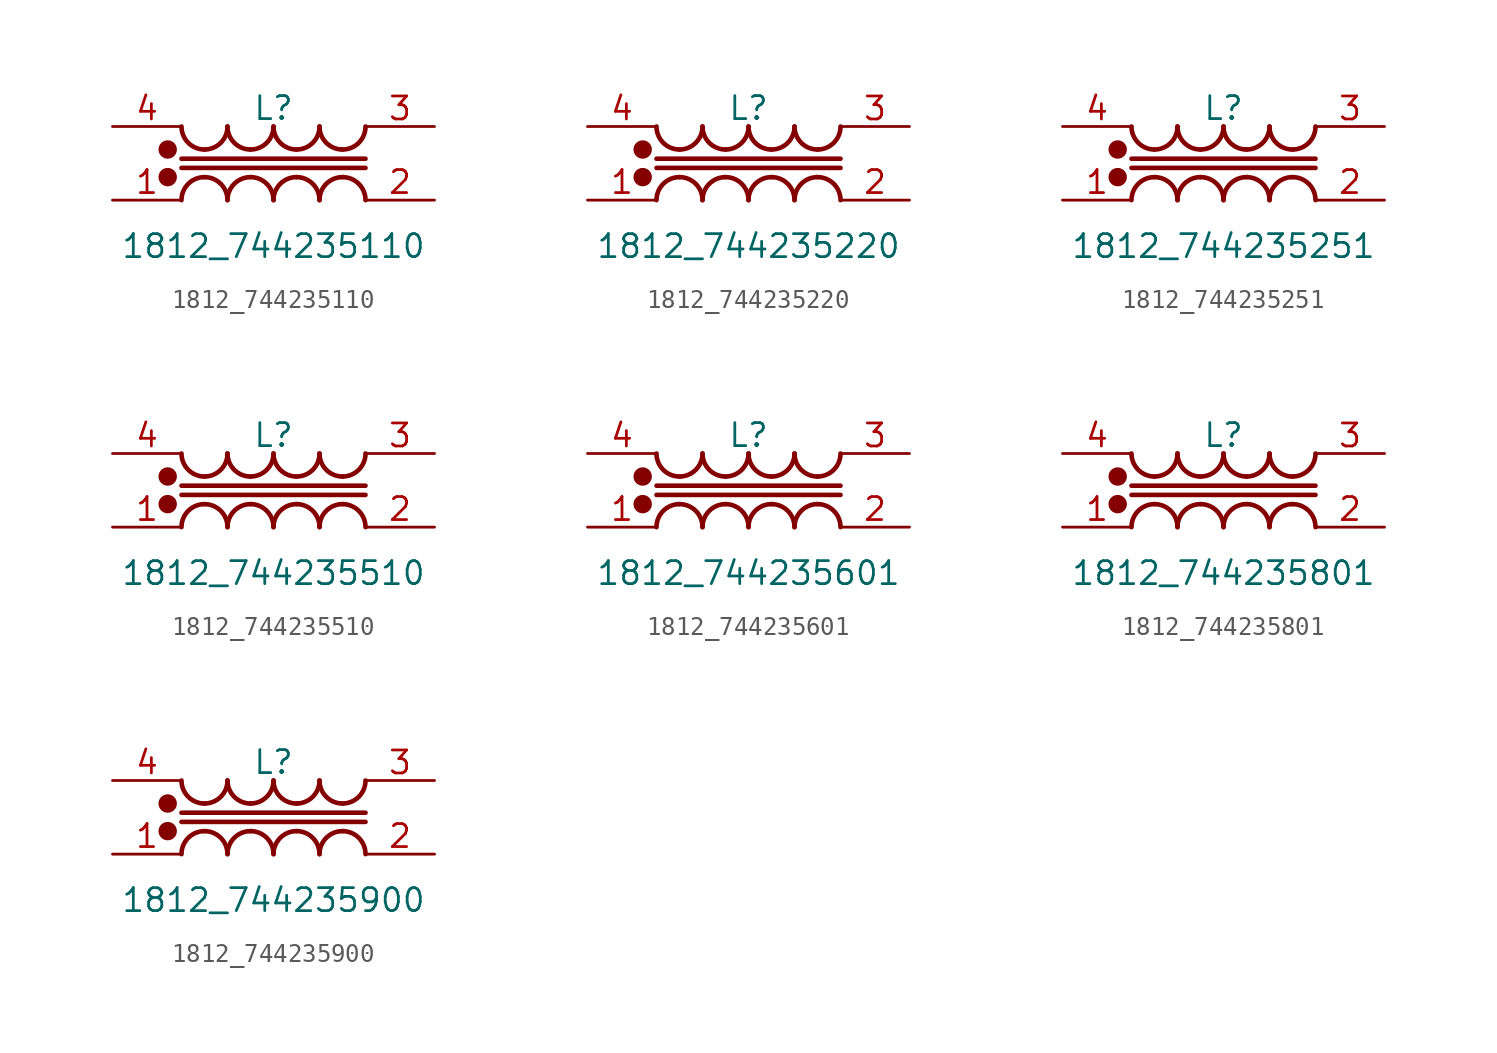
<source format=kicad_sym>
(kicad_symbol_lib
  (version 20211014)
  (generator kicad_symbol_editor)
  (symbol "Inductor_Wurth_WE-CNSW:1812_744235110"
    (pin_names hide)
    (property "Reference" "L"
      (at 0 5.08 0)
      (effects (font (size 1.27 1.27))))
    (property "Value" "1812_744235110"
      (at 0 -2.54 0)
      (effects (font (size 1.27 1.27))))
    (symbol "1812_744235110_0_1"
      (arc (start -5.08 4.064) (mid -4.708 3.166) (end -3.81 2.794) (stroke (width 0.254) (type default)) (fill (type none)))
      (arc (start -3.81 1.27) (mid -4.708 0.898) (end -5.08 0) (stroke (width 0.254) (type default)) (fill (type none)))
      (arc (start -3.81 2.794) (mid -2.912 3.166) (end -2.54 4.064) (stroke (width 0.254) (type default)) (fill (type none)))
      (arc (start -2.54 0) (mid -2.912 0.898) (end -3.81 1.27) (stroke (width 0.254) (type default)) (fill (type none)))
      (arc (start -2.5399 4.0639) (mid -2.1679 3.1659) (end -1.2699 2.7939) (stroke (width 0.254) (type default)) (fill (type none)))
      (arc (start -1.2699 1.2701) (mid -2.1679 0.8981) (end -2.5399 0.0001) (stroke (width 0.254) (type default)) (fill (type none)))
      (arc (start -1.2699 2.7939) (mid -0.3719 3.1659) (end 0.0001 4.0639) (stroke (width 0.254) (type default)) (fill (type none)))
      (arc (start 0.0001 0.0001) (mid -0.3719 0.8981) (end -1.2699 1.2701) (stroke (width 0.254) (type default)) (fill (type none)))
      (polyline (pts (xy -5.08 1.778) (xy 5.08 1.778)) (stroke (width 0.254) (type default)) (fill (type none)))
      (polyline (pts (xy -5.08 2.286) (xy 5.08 2.286)) (stroke (width 0.254) (type default)) (fill (type none)))
      (arc (start 0.0001 4.0639) (mid 0.3721 3.166) (end 1.2701 2.7939) (stroke (width 0.254) (type default)) (fill (type none)))
      (arc (start 1.2701 1.2701) (mid 0.3721 0.8981) (end 0.0001 0.0001) (stroke (width 0.254) (type default)) (fill (type none)))
      (arc (start 1.2701 2.7939) (mid 2.1681 3.1659) (end 2.5401 4.0639) (stroke (width 0.254) (type default)) (fill (type none)))
      (arc (start 2.5401 0.0001) (mid 2.1681 0.8981) (end 1.2701 1.2701) (stroke (width 0.254) (type default)) (fill (type none)))
      (arc (start 2.5401 4.0639) (mid 2.9121 3.166) (end 3.8101 2.7939) (stroke (width 0.254) (type default)) (fill (type none)))
      (arc (start 3.8101 1.2701) (mid 2.9121 0.8981) (end 2.5401 0.0001) (stroke (width 0.254) (type default)) (fill (type none)))
      (arc (start 3.8101 2.7939) (mid 4.7081 3.1659) (end 5.0801 4.0639) (stroke (width 0.254) (type default)) (fill (type none)))
      (arc (start 5.0801 0.0001) (mid 4.7081 0.8981) (end 3.8101 1.2701) (stroke (width 0.254) (type default)) (fill (type none))))
    (symbol "1812_744235110_1_1"
      (circle (center -5.842 1.27) (radius 0.0001) (stroke (width 0.508) (type default)) (fill (type none)))
      (circle (center -5.842 2.794) (radius 0.0001) (stroke (width 0.508) (type default)) (fill (type none)))
      (pin passive line (at -8.89 0 0) (length 3.81) (name "1" (effects (font (size 1.27 1.27)))) (number "1" (effects (font (size 1.27 1.27)))))
      (pin passive line (at 8.89 0 180) (length 3.81) (name "2" (effects (font (size 1.27 1.27)))) (number "2" (effects (font (size 1.27 1.27)))))
      (pin passive line (at 8.89 4.064 180) (length 3.81) (name "3" (effects (font (size 1.27 1.27)))) (number "3" (effects (font (size 1.27 1.27)))))
      (pin passive line (at -8.89 4.064 0) (length 3.81) (name "4" (effects (font (size 1.27 1.27)))) (number "4" (effects (font (size 1.27 1.27)))))))
  (symbol "Inductor_Wurth_WE-CNSW:1812_744235220"
    (pin_names hide)
    (property "Reference" "L"
      (at 0 5.08 0)
      (effects (font (size 1.27 1.27))))
    (property "Value" "1812_744235220"
      (at 0 -2.54 0)
      (effects (font (size 1.27 1.27))))
    (symbol "1812_744235220_0_1"
      (arc (start -5.08 4.064) (mid -4.708 3.166) (end -3.81 2.794) (stroke (width 0.254) (type default)) (fill (type none)))
      (arc (start -3.81 1.27) (mid -4.708 0.898) (end -5.08 0) (stroke (width 0.254) (type default)) (fill (type none)))
      (arc (start -3.81 2.794) (mid -2.912 3.166) (end -2.54 4.064) (stroke (width 0.254) (type default)) (fill (type none)))
      (arc (start -2.54 0) (mid -2.912 0.898) (end -3.81 1.27) (stroke (width 0.254) (type default)) (fill (type none)))
      (arc (start -2.5399 4.0639) (mid -2.1679 3.1659) (end -1.2699 2.7939) (stroke (width 0.254) (type default)) (fill (type none)))
      (arc (start -1.2699 1.2701) (mid -2.1679 0.8981) (end -2.5399 0.0001) (stroke (width 0.254) (type default)) (fill (type none)))
      (arc (start -1.2699 2.7939) (mid -0.3719 3.1659) (end 0.0001 4.0639) (stroke (width 0.254) (type default)) (fill (type none)))
      (arc (start 0.0001 0.0001) (mid -0.3719 0.8981) (end -1.2699 1.2701) (stroke (width 0.254) (type default)) (fill (type none)))
      (polyline (pts (xy -5.08 1.778) (xy 5.08 1.778)) (stroke (width 0.254) (type default)) (fill (type none)))
      (polyline (pts (xy -5.08 2.286) (xy 5.08 2.286)) (stroke (width 0.254) (type default)) (fill (type none)))
      (arc (start 0.0001 4.0639) (mid 0.3721 3.166) (end 1.2701 2.7939) (stroke (width 0.254) (type default)) (fill (type none)))
      (arc (start 1.2701 1.2701) (mid 0.3721 0.8981) (end 0.0001 0.0001) (stroke (width 0.254) (type default)) (fill (type none)))
      (arc (start 1.2701 2.7939) (mid 2.1681 3.1659) (end 2.5401 4.0639) (stroke (width 0.254) (type default)) (fill (type none)))
      (arc (start 2.5401 0.0001) (mid 2.1681 0.8981) (end 1.2701 1.2701) (stroke (width 0.254) (type default)) (fill (type none)))
      (arc (start 2.5401 4.0639) (mid 2.9121 3.166) (end 3.8101 2.7939) (stroke (width 0.254) (type default)) (fill (type none)))
      (arc (start 3.8101 1.2701) (mid 2.9121 0.8981) (end 2.5401 0.0001) (stroke (width 0.254) (type default)) (fill (type none)))
      (arc (start 3.8101 2.7939) (mid 4.7081 3.1659) (end 5.0801 4.0639) (stroke (width 0.254) (type default)) (fill (type none)))
      (arc (start 5.0801 0.0001) (mid 4.7081 0.8981) (end 3.8101 1.2701) (stroke (width 0.254) (type default)) (fill (type none))))
    (symbol "1812_744235220_1_1"
      (circle (center -5.842 1.27) (radius 0.0001) (stroke (width 0.508) (type default)) (fill (type none)))
      (circle (center -5.842 2.794) (radius 0.0001) (stroke (width 0.508) (type default)) (fill (type none)))
      (pin passive line (at -8.89 0 0) (length 3.81) (name "1" (effects (font (size 1.27 1.27)))) (number "1" (effects (font (size 1.27 1.27)))))
      (pin passive line (at 8.89 0 180) (length 3.81) (name "2" (effects (font (size 1.27 1.27)))) (number "2" (effects (font (size 1.27 1.27)))))
      (pin passive line (at 8.89 4.064 180) (length 3.81) (name "3" (effects (font (size 1.27 1.27)))) (number "3" (effects (font (size 1.27 1.27)))))
      (pin passive line (at -8.89 4.064 0) (length 3.81) (name "4" (effects (font (size 1.27 1.27)))) (number "4" (effects (font (size 1.27 1.27)))))))
  (symbol "Inductor_Wurth_WE-CNSW:1812_744235251"
    (pin_names hide)
    (property "Reference" "L"
      (at 0 5.08 0)
      (effects (font (size 1.27 1.27))))
    (property "Value" "1812_744235251"
      (at 0 -2.54 0)
      (effects (font (size 1.27 1.27))))
    (symbol "1812_744235251_0_1"
      (arc (start -5.08 4.064) (mid -4.708 3.166) (end -3.81 2.794) (stroke (width 0.254) (type default)) (fill (type none)))
      (arc (start -3.81 1.27) (mid -4.708 0.898) (end -5.08 0) (stroke (width 0.254) (type default)) (fill (type none)))
      (arc (start -3.81 2.794) (mid -2.912 3.166) (end -2.54 4.064) (stroke (width 0.254) (type default)) (fill (type none)))
      (arc (start -2.54 0) (mid -2.912 0.898) (end -3.81 1.27) (stroke (width 0.254) (type default)) (fill (type none)))
      (arc (start -2.5399 4.0639) (mid -2.1679 3.1659) (end -1.2699 2.7939) (stroke (width 0.254) (type default)) (fill (type none)))
      (arc (start -1.2699 1.2701) (mid -2.1679 0.8981) (end -2.5399 0.0001) (stroke (width 0.254) (type default)) (fill (type none)))
      (arc (start -1.2699 2.7939) (mid -0.3719 3.1659) (end 0.0001 4.0639) (stroke (width 0.254) (type default)) (fill (type none)))
      (arc (start 0.0001 0.0001) (mid -0.3719 0.8981) (end -1.2699 1.2701) (stroke (width 0.254) (type default)) (fill (type none)))
      (polyline (pts (xy -5.08 1.778) (xy 5.08 1.778)) (stroke (width 0.254) (type default)) (fill (type none)))
      (polyline (pts (xy -5.08 2.286) (xy 5.08 2.286)) (stroke (width 0.254) (type default)) (fill (type none)))
      (arc (start 0.0001 4.0639) (mid 0.3721 3.166) (end 1.2701 2.7939) (stroke (width 0.254) (type default)) (fill (type none)))
      (arc (start 1.2701 1.2701) (mid 0.3721 0.8981) (end 0.0001 0.0001) (stroke (width 0.254) (type default)) (fill (type none)))
      (arc (start 1.2701 2.7939) (mid 2.1681 3.1659) (end 2.5401 4.0639) (stroke (width 0.254) (type default)) (fill (type none)))
      (arc (start 2.5401 0.0001) (mid 2.1681 0.8981) (end 1.2701 1.2701) (stroke (width 0.254) (type default)) (fill (type none)))
      (arc (start 2.5401 4.0639) (mid 2.9121 3.166) (end 3.8101 2.7939) (stroke (width 0.254) (type default)) (fill (type none)))
      (arc (start 3.8101 1.2701) (mid 2.9121 0.8981) (end 2.5401 0.0001) (stroke (width 0.254) (type default)) (fill (type none)))
      (arc (start 3.8101 2.7939) (mid 4.7081 3.1659) (end 5.0801 4.0639) (stroke (width 0.254) (type default)) (fill (type none)))
      (arc (start 5.0801 0.0001) (mid 4.7081 0.8981) (end 3.8101 1.2701) (stroke (width 0.254) (type default)) (fill (type none))))
    (symbol "1812_744235251_1_1"
      (circle (center -5.842 1.27) (radius 0.0001) (stroke (width 0.508) (type default)) (fill (type none)))
      (circle (center -5.842 2.794) (radius 0.0001) (stroke (width 0.508) (type default)) (fill (type none)))
      (pin passive line (at -8.89 0 0) (length 3.81) (name "1" (effects (font (size 1.27 1.27)))) (number "1" (effects (font (size 1.27 1.27)))))
      (pin passive line (at 8.89 0 180) (length 3.81) (name "2" (effects (font (size 1.27 1.27)))) (number "2" (effects (font (size 1.27 1.27)))))
      (pin passive line (at 8.89 4.064 180) (length 3.81) (name "3" (effects (font (size 1.27 1.27)))) (number "3" (effects (font (size 1.27 1.27)))))
      (pin passive line (at -8.89 4.064 0) (length 3.81) (name "4" (effects (font (size 1.27 1.27)))) (number "4" (effects (font (size 1.27 1.27)))))))
  (symbol "Inductor_Wurth_WE-CNSW:1812_744235510"
    (pin_names hide)
    (property "Reference" "L"
      (at 0 5.08 0)
      (effects (font (size 1.27 1.27))))
    (property "Value" "1812_744235510"
      (at 0 -2.54 0)
      (effects (font (size 1.27 1.27))))
    (symbol "1812_744235510_0_1"
      (arc (start -5.08 4.064) (mid -4.708 3.166) (end -3.81 2.794) (stroke (width 0.254) (type default)) (fill (type none)))
      (arc (start -3.81 1.27) (mid -4.708 0.898) (end -5.08 0) (stroke (width 0.254) (type default)) (fill (type none)))
      (arc (start -3.81 2.794) (mid -2.912 3.166) (end -2.54 4.064) (stroke (width 0.254) (type default)) (fill (type none)))
      (arc (start -2.54 0) (mid -2.912 0.898) (end -3.81 1.27) (stroke (width 0.254) (type default)) (fill (type none)))
      (arc (start -2.5399 4.0639) (mid -2.1679 3.1659) (end -1.2699 2.7939) (stroke (width 0.254) (type default)) (fill (type none)))
      (arc (start -1.2699 1.2701) (mid -2.1679 0.8981) (end -2.5399 0.0001) (stroke (width 0.254) (type default)) (fill (type none)))
      (arc (start -1.2699 2.7939) (mid -0.3719 3.1659) (end 0.0001 4.0639) (stroke (width 0.254) (type default)) (fill (type none)))
      (arc (start 0.0001 0.0001) (mid -0.3719 0.8981) (end -1.2699 1.2701) (stroke (width 0.254) (type default)) (fill (type none)))
      (polyline (pts (xy -5.08 1.778) (xy 5.08 1.778)) (stroke (width 0.254) (type default)) (fill (type none)))
      (polyline (pts (xy -5.08 2.286) (xy 5.08 2.286)) (stroke (width 0.254) (type default)) (fill (type none)))
      (arc (start 0.0001 4.0639) (mid 0.3721 3.166) (end 1.2701 2.7939) (stroke (width 0.254) (type default)) (fill (type none)))
      (arc (start 1.2701 1.2701) (mid 0.3721 0.8981) (end 0.0001 0.0001) (stroke (width 0.254) (type default)) (fill (type none)))
      (arc (start 1.2701 2.7939) (mid 2.1681 3.1659) (end 2.5401 4.0639) (stroke (width 0.254) (type default)) (fill (type none)))
      (arc (start 2.5401 0.0001) (mid 2.1681 0.8981) (end 1.2701 1.2701) (stroke (width 0.254) (type default)) (fill (type none)))
      (arc (start 2.5401 4.0639) (mid 2.9121 3.166) (end 3.8101 2.7939) (stroke (width 0.254) (type default)) (fill (type none)))
      (arc (start 3.8101 1.2701) (mid 2.9121 0.8981) (end 2.5401 0.0001) (stroke (width 0.254) (type default)) (fill (type none)))
      (arc (start 3.8101 2.7939) (mid 4.7081 3.1659) (end 5.0801 4.0639) (stroke (width 0.254) (type default)) (fill (type none)))
      (arc (start 5.0801 0.0001) (mid 4.7081 0.8981) (end 3.8101 1.2701) (stroke (width 0.254) (type default)) (fill (type none))))
    (symbol "1812_744235510_1_1"
      (circle (center -5.842 1.27) (radius 0.0001) (stroke (width 0.508) (type default)) (fill (type none)))
      (circle (center -5.842 2.794) (radius 0.0001) (stroke (width 0.508) (type default)) (fill (type none)))
      (pin passive line (at -8.89 0 0) (length 3.81) (name "1" (effects (font (size 1.27 1.27)))) (number "1" (effects (font (size 1.27 1.27)))))
      (pin passive line (at 8.89 0 180) (length 3.81) (name "2" (effects (font (size 1.27 1.27)))) (number "2" (effects (font (size 1.27 1.27)))))
      (pin passive line (at 8.89 4.064 180) (length 3.81) (name "3" (effects (font (size 1.27 1.27)))) (number "3" (effects (font (size 1.27 1.27)))))
      (pin passive line (at -8.89 4.064 0) (length 3.81) (name "4" (effects (font (size 1.27 1.27)))) (number "4" (effects (font (size 1.27 1.27)))))))
  (symbol "Inductor_Wurth_WE-CNSW:1812_744235601"
    (pin_names hide)
    (property "Reference" "L"
      (at 0 5.08 0)
      (effects (font (size 1.27 1.27))))
    (property "Value" "1812_744235601"
      (at 0 -2.54 0)
      (effects (font (size 1.27 1.27))))
    (symbol "1812_744235601_0_1"
      (arc (start -5.08 4.064) (mid -4.708 3.166) (end -3.81 2.794) (stroke (width 0.254) (type default)) (fill (type none)))
      (arc (start -3.81 1.27) (mid -4.708 0.898) (end -5.08 0) (stroke (width 0.254) (type default)) (fill (type none)))
      (arc (start -3.81 2.794) (mid -2.912 3.166) (end -2.54 4.064) (stroke (width 0.254) (type default)) (fill (type none)))
      (arc (start -2.54 0) (mid -2.912 0.898) (end -3.81 1.27) (stroke (width 0.254) (type default)) (fill (type none)))
      (arc (start -2.5399 4.0639) (mid -2.1679 3.1659) (end -1.2699 2.7939) (stroke (width 0.254) (type default)) (fill (type none)))
      (arc (start -1.2699 1.2701) (mid -2.1679 0.8981) (end -2.5399 0.0001) (stroke (width 0.254) (type default)) (fill (type none)))
      (arc (start -1.2699 2.7939) (mid -0.3719 3.1659) (end 0.0001 4.0639) (stroke (width 0.254) (type default)) (fill (type none)))
      (arc (start 0.0001 0.0001) (mid -0.3719 0.8981) (end -1.2699 1.2701) (stroke (width 0.254) (type default)) (fill (type none)))
      (polyline (pts (xy -5.08 1.778) (xy 5.08 1.778)) (stroke (width 0.254) (type default)) (fill (type none)))
      (polyline (pts (xy -5.08 2.286) (xy 5.08 2.286)) (stroke (width 0.254) (type default)) (fill (type none)))
      (arc (start 0.0001 4.0639) (mid 0.3721 3.166) (end 1.2701 2.7939) (stroke (width 0.254) (type default)) (fill (type none)))
      (arc (start 1.2701 1.2701) (mid 0.3721 0.8981) (end 0.0001 0.0001) (stroke (width 0.254) (type default)) (fill (type none)))
      (arc (start 1.2701 2.7939) (mid 2.1681 3.1659) (end 2.5401 4.0639) (stroke (width 0.254) (type default)) (fill (type none)))
      (arc (start 2.5401 0.0001) (mid 2.1681 0.8981) (end 1.2701 1.2701) (stroke (width 0.254) (type default)) (fill (type none)))
      (arc (start 2.5401 4.0639) (mid 2.9121 3.166) (end 3.8101 2.7939) (stroke (width 0.254) (type default)) (fill (type none)))
      (arc (start 3.8101 1.2701) (mid 2.9121 0.8981) (end 2.5401 0.0001) (stroke (width 0.254) (type default)) (fill (type none)))
      (arc (start 3.8101 2.7939) (mid 4.7081 3.1659) (end 5.0801 4.0639) (stroke (width 0.254) (type default)) (fill (type none)))
      (arc (start 5.0801 0.0001) (mid 4.7081 0.8981) (end 3.8101 1.2701) (stroke (width 0.254) (type default)) (fill (type none))))
    (symbol "1812_744235601_1_1"
      (circle (center -5.842 1.27) (radius 0.0001) (stroke (width 0.508) (type default)) (fill (type none)))
      (circle (center -5.842 2.794) (radius 0.0001) (stroke (width 0.508) (type default)) (fill (type none)))
      (pin passive line (at -8.89 0 0) (length 3.81) (name "1" (effects (font (size 1.27 1.27)))) (number "1" (effects (font (size 1.27 1.27)))))
      (pin passive line (at 8.89 0 180) (length 3.81) (name "2" (effects (font (size 1.27 1.27)))) (number "2" (effects (font (size 1.27 1.27)))))
      (pin passive line (at 8.89 4.064 180) (length 3.81) (name "3" (effects (font (size 1.27 1.27)))) (number "3" (effects (font (size 1.27 1.27)))))
      (pin passive line (at -8.89 4.064 0) (length 3.81) (name "4" (effects (font (size 1.27 1.27)))) (number "4" (effects (font (size 1.27 1.27)))))))
  (symbol "Inductor_Wurth_WE-CNSW:1812_744235801"
    (pin_names hide)
    (property "Reference" "L"
      (at 0 5.08 0)
      (effects (font (size 1.27 1.27))))
    (property "Value" "1812_744235801"
      (at 0 -2.54 0)
      (effects (font (size 1.27 1.27))))
    (symbol "1812_744235801_0_1"
      (arc (start -5.08 4.064) (mid -4.708 3.166) (end -3.81 2.794) (stroke (width 0.254) (type default)) (fill (type none)))
      (arc (start -3.81 1.27) (mid -4.708 0.898) (end -5.08 0) (stroke (width 0.254) (type default)) (fill (type none)))
      (arc (start -3.81 2.794) (mid -2.912 3.166) (end -2.54 4.064) (stroke (width 0.254) (type default)) (fill (type none)))
      (arc (start -2.54 0) (mid -2.912 0.898) (end -3.81 1.27) (stroke (width 0.254) (type default)) (fill (type none)))
      (arc (start -2.5399 4.0639) (mid -2.1679 3.1659) (end -1.2699 2.7939) (stroke (width 0.254) (type default)) (fill (type none)))
      (arc (start -1.2699 1.2701) (mid -2.1679 0.8981) (end -2.5399 0.0001) (stroke (width 0.254) (type default)) (fill (type none)))
      (arc (start -1.2699 2.7939) (mid -0.3719 3.1659) (end 0.0001 4.0639) (stroke (width 0.254) (type default)) (fill (type none)))
      (arc (start 0.0001 0.0001) (mid -0.3719 0.8981) (end -1.2699 1.2701) (stroke (width 0.254) (type default)) (fill (type none)))
      (polyline (pts (xy -5.08 1.778) (xy 5.08 1.778)) (stroke (width 0.254) (type default)) (fill (type none)))
      (polyline (pts (xy -5.08 2.286) (xy 5.08 2.286)) (stroke (width 0.254) (type default)) (fill (type none)))
      (arc (start 0.0001 4.0639) (mid 0.3721 3.166) (end 1.2701 2.7939) (stroke (width 0.254) (type default)) (fill (type none)))
      (arc (start 1.2701 1.2701) (mid 0.3721 0.8981) (end 0.0001 0.0001) (stroke (width 0.254) (type default)) (fill (type none)))
      (arc (start 1.2701 2.7939) (mid 2.1681 3.1659) (end 2.5401 4.0639) (stroke (width 0.254) (type default)) (fill (type none)))
      (arc (start 2.5401 0.0001) (mid 2.1681 0.8981) (end 1.2701 1.2701) (stroke (width 0.254) (type default)) (fill (type none)))
      (arc (start 2.5401 4.0639) (mid 2.9121 3.166) (end 3.8101 2.7939) (stroke (width 0.254) (type default)) (fill (type none)))
      (arc (start 3.8101 1.2701) (mid 2.9121 0.8981) (end 2.5401 0.0001) (stroke (width 0.254) (type default)) (fill (type none)))
      (arc (start 3.8101 2.7939) (mid 4.7081 3.1659) (end 5.0801 4.0639) (stroke (width 0.254) (type default)) (fill (type none)))
      (arc (start 5.0801 0.0001) (mid 4.7081 0.8981) (end 3.8101 1.2701) (stroke (width 0.254) (type default)) (fill (type none))))
    (symbol "1812_744235801_1_1"
      (circle (center -5.842 1.27) (radius 0.0001) (stroke (width 0.508) (type default)) (fill (type none)))
      (circle (center -5.842 2.794) (radius 0.0001) (stroke (width 0.508) (type default)) (fill (type none)))
      (pin passive line (at -8.89 0 0) (length 3.81) (name "1" (effects (font (size 1.27 1.27)))) (number "1" (effects (font (size 1.27 1.27)))))
      (pin passive line (at 8.89 0 180) (length 3.81) (name "2" (effects (font (size 1.27 1.27)))) (number "2" (effects (font (size 1.27 1.27)))))
      (pin passive line (at 8.89 4.064 180) (length 3.81) (name "3" (effects (font (size 1.27 1.27)))) (number "3" (effects (font (size 1.27 1.27)))))
      (pin passive line (at -8.89 4.064 0) (length 3.81) (name "4" (effects (font (size 1.27 1.27)))) (number "4" (effects (font (size 1.27 1.27)))))))
  (symbol "Inductor_Wurth_WE-CNSW:1812_744235900"
    (pin_names hide)
    (property "Reference" "L"
      (at 0 5.08 0)
      (effects (font (size 1.27 1.27))))
    (property "Value" "1812_744235900"
      (at 0 -2.54 0)
      (effects (font (size 1.27 1.27))))
    (symbol "1812_744235900_0_1"
      (arc (start -5.08 4.064) (mid -4.708 3.166) (end -3.81 2.794) (stroke (width 0.254) (type default)) (fill (type none)))
      (arc (start -3.81 1.27) (mid -4.708 0.898) (end -5.08 0) (stroke (width 0.254) (type default)) (fill (type none)))
      (arc (start -3.81 2.794) (mid -2.912 3.166) (end -2.54 4.064) (stroke (width 0.254) (type default)) (fill (type none)))
      (arc (start -2.54 0) (mid -2.912 0.898) (end -3.81 1.27) (stroke (width 0.254) (type default)) (fill (type none)))
      (arc (start -2.5399 4.0639) (mid -2.1679 3.1659) (end -1.2699 2.7939) (stroke (width 0.254) (type default)) (fill (type none)))
      (arc (start -1.2699 1.2701) (mid -2.1679 0.8981) (end -2.5399 0.0001) (stroke (width 0.254) (type default)) (fill (type none)))
      (arc (start -1.2699 2.7939) (mid -0.3719 3.1659) (end 0.0001 4.0639) (stroke (width 0.254) (type default)) (fill (type none)))
      (arc (start 0.0001 0.0001) (mid -0.3719 0.8981) (end -1.2699 1.2701) (stroke (width 0.254) (type default)) (fill (type none)))
      (polyline (pts (xy -5.08 1.778) (xy 5.08 1.778)) (stroke (width 0.254) (type default)) (fill (type none)))
      (polyline (pts (xy -5.08 2.286) (xy 5.08 2.286)) (stroke (width 0.254) (type default)) (fill (type none)))
      (arc (start 0.0001 4.0639) (mid 0.3721 3.166) (end 1.2701 2.7939) (stroke (width 0.254) (type default)) (fill (type none)))
      (arc (start 1.2701 1.2701) (mid 0.3721 0.8981) (end 0.0001 0.0001) (stroke (width 0.254) (type default)) (fill (type none)))
      (arc (start 1.2701 2.7939) (mid 2.1681 3.1659) (end 2.5401 4.0639) (stroke (width 0.254) (type default)) (fill (type none)))
      (arc (start 2.5401 0.0001) (mid 2.1681 0.8981) (end 1.2701 1.2701) (stroke (width 0.254) (type default)) (fill (type none)))
      (arc (start 2.5401 4.0639) (mid 2.9121 3.166) (end 3.8101 2.7939) (stroke (width 0.254) (type default)) (fill (type none)))
      (arc (start 3.8101 1.2701) (mid 2.9121 0.8981) (end 2.5401 0.0001) (stroke (width 0.254) (type default)) (fill (type none)))
      (arc (start 3.8101 2.7939) (mid 4.7081 3.1659) (end 5.0801 4.0639) (stroke (width 0.254) (type default)) (fill (type none)))
      (arc (start 5.0801 0.0001) (mid 4.7081 0.8981) (end 3.8101 1.2701) (stroke (width 0.254) (type default)) (fill (type none))))
    (symbol "1812_744235900_1_1"
      (circle (center -5.842 1.27) (radius 0.0001) (stroke (width 0.508) (type default)) (fill (type none)))
      (circle (center -5.842 2.794) (radius 0.0001) (stroke (width 0.508) (type default)) (fill (type none)))
      (pin passive line (at -8.89 0 0) (length 3.81) (name "1" (effects (font (size 1.27 1.27)))) (number "1" (effects (font (size 1.27 1.27)))))
      (pin passive line (at 8.89 0 180) (length 3.81) (name "2" (effects (font (size 1.27 1.27)))) (number "2" (effects (font (size 1.27 1.27)))))
      (pin passive line (at 8.89 4.064 180) (length 3.81) (name "3" (effects (font (size 1.27 1.27)))) (number "3" (effects (font (size 1.27 1.27)))))
      (pin passive line (at -8.89 4.064 0) (length 3.81) (name "4" (effects (font (size 1.27 1.27)))) (number "4" (effects (font (size 1.27 1.27))))))))
</source>
